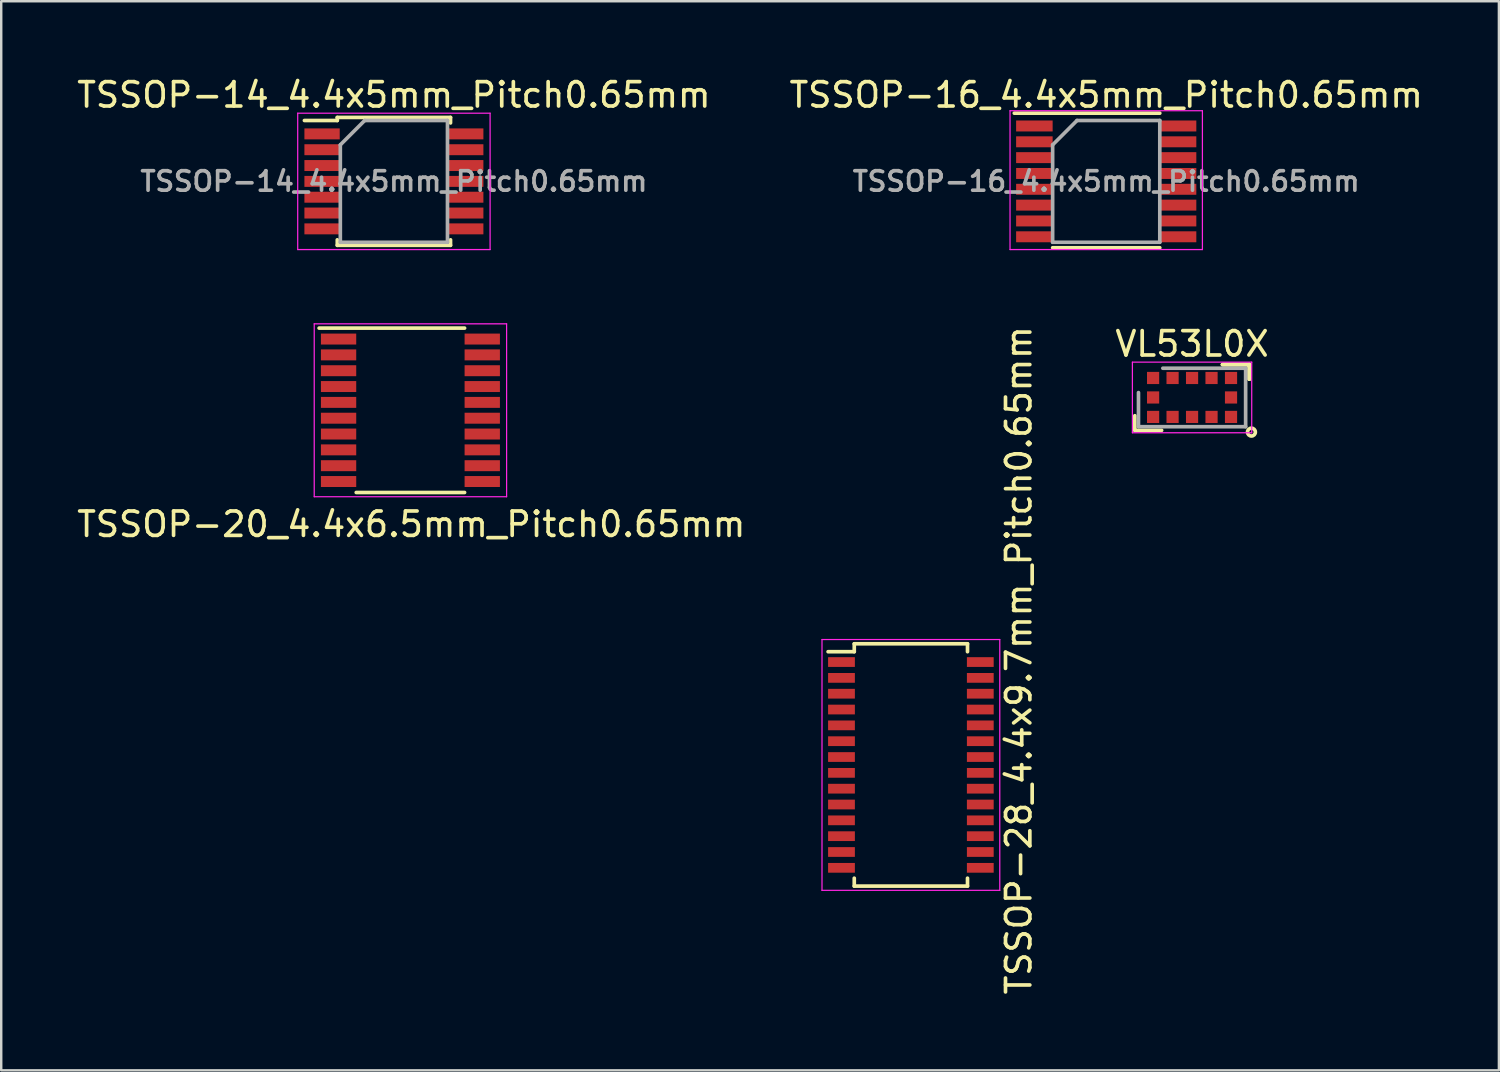
<source format=kicad_pcb>
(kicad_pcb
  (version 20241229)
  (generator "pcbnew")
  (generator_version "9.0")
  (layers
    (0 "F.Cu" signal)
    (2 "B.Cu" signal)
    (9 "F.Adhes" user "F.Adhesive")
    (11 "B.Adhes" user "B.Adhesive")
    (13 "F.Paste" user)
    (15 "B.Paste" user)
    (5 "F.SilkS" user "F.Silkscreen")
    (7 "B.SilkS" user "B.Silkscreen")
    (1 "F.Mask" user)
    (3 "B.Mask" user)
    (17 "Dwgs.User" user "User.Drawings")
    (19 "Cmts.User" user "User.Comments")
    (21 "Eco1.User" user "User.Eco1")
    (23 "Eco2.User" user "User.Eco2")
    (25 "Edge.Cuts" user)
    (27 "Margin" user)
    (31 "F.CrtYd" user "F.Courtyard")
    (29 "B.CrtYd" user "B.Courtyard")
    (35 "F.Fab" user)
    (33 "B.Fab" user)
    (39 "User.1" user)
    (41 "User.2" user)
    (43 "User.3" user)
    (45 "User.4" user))
  (footprint "TSSOP-28_4.4x9.7mm_Pitch0.65mm"
    (layer "F.Cu")
    (at 34.354 28.361)
    (property "Reference" "TSSOP-28_4.4x9.7mm_Pitch0.65mm" (at 4.43 -4.298 270) (layer "F.SilkS") (effects (font (size 1 1) (thickness 0.15))))
    (attr smd)
    (fp_line (start -2.325 -4.975) (end -2.325 -4.65) (stroke (width 0.15) (type solid)) (layer "F.SilkS"))
    (fp_line (start -2.325 -4.975) (end 2.325 -4.975) (stroke (width 0.15) (type solid)) (layer "F.SilkS"))
    (fp_line (start -2.325 -4.65) (end -3.4 -4.65) (stroke (width 0.15) (type solid)) (layer "F.SilkS"))
    (fp_line (start -2.325 4.975) (end -2.325 4.65) (stroke (width 0.15) (type solid)) (layer "F.SilkS"))
    (fp_line (start -2.325 4.975) (end 2.325 4.975) (stroke (width 0.15) (type solid)) (layer "F.SilkS"))
    (fp_line (start 2.325 -4.975) (end 2.325 -4.65) (stroke (width 0.15) (type solid)) (layer "F.SilkS"))
    (fp_line (start 2.325 4.975) (end 2.325 4.65) (stroke (width 0.15) (type solid)) (layer "F.SilkS"))
    (fp_line (start -3.65 -5.15) (end -3.65 5.15) (stroke (width 0.05) (type solid)) (layer "F.CrtYd"))
    (fp_line (start -3.65 -5.15) (end 3.65 -5.15) (stroke (width 0.05) (type solid)) (layer "F.CrtYd"))
    (fp_line (start -3.65 5.15) (end 3.65 5.15) (stroke (width 0.05) (type solid)) (layer "F.CrtYd"))
    (fp_line (start 3.65 -5.15) (end 3.65 5.15) (stroke (width 0.05) (type solid)) (layer "F.CrtYd"))
    (pad "1" smd rect (at -2.85 -4.225) (size 1.1 0.4) (layers "F.Cu" "F.Mask" "F.Paste"))
    (pad "2" smd rect (at -2.85 -3.575) (size 1.1 0.4) (layers "F.Cu" "F.Mask" "F.Paste"))
    (pad "3" smd rect (at -2.85 -2.925) (size 1.1 0.4) (layers "F.Cu" "F.Mask" "F.Paste"))
    (pad "4" smd rect (at -2.85 -2.275) (size 1.1 0.4) (layers "F.Cu" "F.Mask" "F.Paste"))
    (pad "5" smd rect (at -2.85 -1.625) (size 1.1 0.4) (layers "F.Cu" "F.Mask" "F.Paste"))
    (pad "6" smd rect (at -2.85 -0.975) (size 1.1 0.4) (layers "F.Cu" "F.Mask" "F.Paste"))
    (pad "7" smd rect (at -2.85 -0.325) (size 1.1 0.4) (layers "F.Cu" "F.Mask" "F.Paste"))
    (pad "8" smd rect (at -2.85 0.325) (size 1.1 0.4) (layers "F.Cu" "F.Mask" "F.Paste"))
    (pad "9" smd rect (at -2.85 0.975) (size 1.1 0.4) (layers "F.Cu" "F.Mask" "F.Paste"))
    (pad "10" smd rect (at -2.85 1.625) (size 1.1 0.4) (layers "F.Cu" "F.Mask" "F.Paste"))
    (pad "11" smd rect (at -2.85 2.275) (size 1.1 0.4) (layers "F.Cu" "F.Mask" "F.Paste"))
    (pad "12" smd rect (at -2.85 2.925) (size 1.1 0.4) (layers "F.Cu" "F.Mask" "F.Paste"))
    (pad "13" smd rect (at -2.85 3.575) (size 1.1 0.4) (layers "F.Cu" "F.Mask" "F.Paste"))
    (pad "14" smd rect (at -2.85 4.225) (size 1.1 0.4) (layers "F.Cu" "F.Mask" "F.Paste"))
    (pad "15" smd rect (at 2.85 4.225) (size 1.1 0.4) (layers "F.Cu" "F.Mask" "F.Paste"))
    (pad "16" smd rect (at 2.85 3.575) (size 1.1 0.4) (layers "F.Cu" "F.Mask" "F.Paste"))
    (pad "17" smd rect (at 2.85 2.925) (size 1.1 0.4) (layers "F.Cu" "F.Mask" "F.Paste"))
    (pad "18" smd rect (at 2.85 2.275) (size 1.1 0.4) (layers "F.Cu" "F.Mask" "F.Paste"))
    (pad "19" smd rect (at 2.85 1.625) (size 1.1 0.4) (layers "F.Cu" "F.Mask" "F.Paste"))
    (pad "20" smd rect (at 2.85 0.975) (size 1.1 0.4) (layers "F.Cu" "F.Mask" "F.Paste"))
    (pad "21" smd rect (at 2.85 0.325) (size 1.1 0.4) (layers "F.Cu" "F.Mask" "F.Paste"))
    (pad "22" smd rect (at 2.85 -0.325) (size 1.1 0.4) (layers "F.Cu" "F.Mask" "F.Paste"))
    (pad "23" smd rect (at 2.85 -0.975) (size 1.1 0.4) (layers "F.Cu" "F.Mask" "F.Paste"))
    (pad "24" smd rect (at 2.85 -1.625) (size 1.1 0.4) (layers "F.Cu" "F.Mask" "F.Paste"))
    (pad "25" smd rect (at 2.85 -2.275) (size 1.1 0.4) (layers "F.Cu" "F.Mask" "F.Paste"))
    (pad "26" smd rect (at 2.85 -2.925) (size 1.1 0.4) (layers "F.Cu" "F.Mask" "F.Paste"))
    (pad "27" smd rect (at 2.85 -3.575) (size 1.1 0.4) (layers "F.Cu" "F.Mask" "F.Paste"))
    (pad "28" smd rect (at 2.85 -4.225) (size 1.1 0.4) (layers "F.Cu" "F.Mask" "F.Paste")))
  (footprint "TSSOP-20_4.4x6.5mm_Pitch0.65mm"
    (layer "F.Cu")
    (at 13.803 13.798)
    (property "Reference" "TSSOP-20_4.4x6.5mm_Pitch0.65mm" (at 0.036 4.68 0) (layer "F.SilkS") (effects (font (size 1 1) (thickness 0.15))))
    (attr smd)
    (fp_line (start -3.75 -3.375) (end 2.225 -3.375) (stroke (width 0.15) (type solid)) (layer "F.SilkS"))
    (fp_line (start -2.225 3.375) (end 2.225 3.375) (stroke (width 0.15) (type solid)) (layer "F.SilkS"))
    (fp_line (start -3.95 -3.55) (end -3.95 3.55) (stroke (width 0.05) (type solid)) (layer "F.CrtYd"))
    (fp_line (start -3.95 -3.55) (end 3.95 -3.55) (stroke (width 0.05) (type solid)) (layer "F.CrtYd"))
    (fp_line (start -3.95 3.55) (end 3.95 3.55) (stroke (width 0.05) (type solid)) (layer "F.CrtYd"))
    (fp_line (start 3.95 -3.55) (end 3.95 3.55) (stroke (width 0.05) (type solid)) (layer "F.CrtYd"))
    (pad "1" smd rect (at -2.95 -2.925) (size 1.45 0.45) (layers "F.Cu" "F.Mask" "F.Paste"))
    (pad "2" smd rect (at -2.95 -2.275) (size 1.45 0.45) (layers "F.Cu" "F.Mask" "F.Paste"))
    (pad "3" smd rect (at -2.95 -1.625) (size 1.45 0.45) (layers "F.Cu" "F.Mask" "F.Paste"))
    (pad "4" smd rect (at -2.95 -0.975) (size 1.45 0.45) (layers "F.Cu" "F.Mask" "F.Paste"))
    (pad "5" smd rect (at -2.95 -0.325) (size 1.45 0.45) (layers "F.Cu" "F.Mask" "F.Paste"))
    (pad "6" smd rect (at -2.95 0.325) (size 1.45 0.45) (layers "F.Cu" "F.Mask" "F.Paste"))
    (pad "7" smd rect (at -2.95 0.975) (size 1.45 0.45) (layers "F.Cu" "F.Mask" "F.Paste"))
    (pad "8" smd rect (at -2.95 1.625) (size 1.45 0.45) (layers "F.Cu" "F.Mask" "F.Paste"))
    (pad "9" smd rect (at -2.95 2.275) (size 1.45 0.45) (layers "F.Cu" "F.Mask" "F.Paste"))
    (pad "10" smd rect (at -2.95 2.925) (size 1.45 0.45) (layers "F.Cu" "F.Mask" "F.Paste"))
    (pad "11" smd rect (at 2.95 2.925) (size 1.45 0.45) (layers "F.Cu" "F.Mask" "F.Paste"))
    (pad "12" smd rect (at 2.95 2.275) (size 1.45 0.45) (layers "F.Cu" "F.Mask" "F.Paste"))
    (pad "13" smd rect (at 2.95 1.625) (size 1.45 0.45) (layers "F.Cu" "F.Mask" "F.Paste"))
    (pad "14" smd rect (at 2.95 0.975) (size 1.45 0.45) (layers "F.Cu" "F.Mask" "F.Paste"))
    (pad "15" smd rect (at 2.95 0.325) (size 1.45 0.45) (layers "F.Cu" "F.Mask" "F.Paste"))
    (pad "16" smd rect (at 2.95 -0.325) (size 1.45 0.45) (layers "F.Cu" "F.Mask" "F.Paste"))
    (pad "17" smd rect (at 2.95 -0.975) (size 1.45 0.45) (layers "F.Cu" "F.Mask" "F.Paste"))
    (pad "18" smd rect (at 2.95 -1.625) (size 1.45 0.45) (layers "F.Cu" "F.Mask" "F.Paste"))
    (pad "19" smd rect (at 2.95 -2.275) (size 1.45 0.45) (layers "F.Cu" "F.Mask" "F.Paste"))
    (pad "20" smd rect (at 2.95 -2.925) (size 1.45 0.45) (layers "F.Cu" "F.Mask" "F.Paste")))
  (footprint "TSSOP-14_4.4x5mm_Pitch0.65mm"
    (layer "F.Cu")
    (at 13.125 4.398)
    (property "Reference" "TSSOP-14_4.4x5mm_Pitch0.65mm" (at 0 -3.55 0) (layer "F.SilkS") (effects (font (size 1 1) (thickness 0.15))))
    (attr smd)
    (fp_line (start -2.325 -2.625) (end -2.325 -2.5) (stroke (width 0.15) (type solid)) (layer "F.SilkS"))
    (fp_line (start -2.325 -2.625) (end 2.325 -2.625) (stroke (width 0.15) (type solid)) (layer "F.SilkS"))
    (fp_line (start -2.325 -2.5) (end -3.675 -2.5) (stroke (width 0.15) (type solid)) (layer "F.SilkS"))
    (fp_line (start -2.325 2.625) (end -2.325 2.4) (stroke (width 0.15) (type solid)) (layer "F.SilkS"))
    (fp_line (start -2.325 2.625) (end 2.325 2.625) (stroke (width 0.15) (type solid)) (layer "F.SilkS"))
    (fp_line (start 2.325 -2.625) (end 2.325 -2.4) (stroke (width 0.15) (type solid)) (layer "F.SilkS"))
    (fp_line (start 2.325 2.625) (end 2.325 2.4) (stroke (width 0.15) (type solid)) (layer "F.SilkS"))
    (fp_line (start -3.95 -2.8) (end -3.95 2.8) (stroke (width 0.05) (type solid)) (layer "F.CrtYd"))
    (fp_line (start -3.95 -2.8) (end 3.95 -2.8) (stroke (width 0.05) (type solid)) (layer "F.CrtYd"))
    (fp_line (start -3.95 2.8) (end 3.95 2.8) (stroke (width 0.05) (type solid)) (layer "F.CrtYd"))
    (fp_line (start 3.95 -2.8) (end 3.95 2.8) (stroke (width 0.05) (type solid)) (layer "F.CrtYd"))
    (fp_line (start -2.2 -1.5) (end -1.2 -2.5) (stroke (width 0.15) (type solid)) (layer "F.Fab"))
    (fp_line (start -2.2 2.5) (end -2.2 -1.5) (stroke (width 0.15) (type solid)) (layer "F.Fab"))
    (fp_line (start -1.2 -2.5) (end 2.2 -2.5) (stroke (width 0.15) (type solid)) (layer "F.Fab"))
    (fp_line (start 2.2 -2.5) (end 2.2 2.5) (stroke (width 0.15) (type solid)) (layer "F.Fab"))
    (fp_line (start 2.2 2.5) (end -2.2 2.5) (stroke (width 0.15) (type solid)) (layer "F.Fab"))
    (fp_text user "${REFERENCE}" (at 0 0 0) (layer "F.Fab") (effects (font (size 0.8 0.8) (thickness 0.15))))
    (pad "1" smd rect (at -2.95 -1.95) (size 1.45 0.45) (layers "F.Cu" "F.Mask" "F.Paste"))
    (pad "2" smd rect (at -2.95 -1.3) (size 1.45 0.45) (layers "F.Cu" "F.Mask" "F.Paste"))
    (pad "3" smd rect (at -2.95 -0.65) (size 1.45 0.45) (layers "F.Cu" "F.Mask" "F.Paste"))
    (pad "4" smd rect (at -2.95 0) (size 1.45 0.45) (layers "F.Cu" "F.Mask" "F.Paste"))
    (pad "5" smd rect (at -2.95 0.65) (size 1.45 0.45) (layers "F.Cu" "F.Mask" "F.Paste"))
    (pad "6" smd rect (at -2.95 1.3) (size 1.45 0.45) (layers "F.Cu" "F.Mask" "F.Paste"))
    (pad "7" smd rect (at -2.95 1.95) (size 1.45 0.45) (layers "F.Cu" "F.Mask" "F.Paste"))
    (pad "8" smd rect (at 2.95 1.95) (size 1.45 0.45) (layers "F.Cu" "F.Mask" "F.Paste"))
    (pad "9" smd rect (at 2.95 1.3) (size 1.45 0.45) (layers "F.Cu" "F.Mask" "F.Paste"))
    (pad "10" smd rect (at 2.95 0.65) (size 1.45 0.45) (layers "F.Cu" "F.Mask" "F.Paste"))
    (pad "11" smd rect (at 2.95 0) (size 1.45 0.45) (layers "F.Cu" "F.Mask" "F.Paste"))
    (pad "12" smd rect (at 2.95 -0.65) (size 1.45 0.45) (layers "F.Cu" "F.Mask" "F.Paste"))
    (pad "13" smd rect (at 2.95 -1.3) (size 1.45 0.45) (layers "F.Cu" "F.Mask" "F.Paste"))
    (pad "14" smd rect (at 2.95 -1.95) (size 1.45 0.45) (layers "F.Cu" "F.Mask" "F.Paste")))
  (footprint "VL53L0X"
    (layer "F.Cu")
    (at 45.9 13.271)
    (property "Reference" "VL53L0X" (at 0 -2.2 0) (layer "F.SilkS") (effects (font (size 1 1) (thickness 0.15))))
    (attr smd)
    (fp_line (start -2.35 1.35) (end -2.35 0.75) (stroke (width 0.15) (type solid)) (layer "F.SilkS"))
    (fp_line (start -1.25 1.35) (end -2.35 1.35) (stroke (width 0.15) (type solid)) (layer "F.SilkS"))
    (fp_line (start 1.25 -1.35) (end 2.35 -1.35) (stroke (width 0.15) (type solid)) (layer "F.SilkS"))
    (fp_line (start 1.25 -1.35) (end 2.35 -1.35) (stroke (width 0.15) (type solid)) (layer "F.SilkS"))
    (fp_line (start 1.25 -1.35) (end 2.35 -1.35) (stroke (width 0.15) (type solid)) (layer "F.SilkS"))
    (fp_line (start 2.35 -1.35) (end 2.35 -0.75) (stroke (width 0.15) (type solid)) (layer "F.SilkS"))
    (fp_line (start 2.35 -1.35) (end 2.35 -0.75) (stroke (width 0.15) (type solid)) (layer "F.SilkS"))
    (fp_line (start 2.35 -1.35) (end 2.35 -0.75) (stroke (width 0.15) (type solid)) (layer "F.SilkS"))
    (fp_circle (center 2.438 1.422) (end 2.591 1.473) (stroke (width 0.15) (type solid)) (fill no) (layer "F.SilkS"))
    (fp_line (start -2.45 -1.45) (end 2.45 -1.45) (stroke (width 0.05) (type solid)) (layer "F.CrtYd"))
    (fp_line (start -2.45 1.45) (end -2.45 -1.45) (stroke (width 0.05) (type solid)) (layer "F.CrtYd"))
    (fp_line (start 2.45 -1.45) (end 2.45 1.45) (stroke (width 0.05) (type solid)) (layer "F.CrtYd"))
    (fp_line (start 2.45 1.45) (end -2.45 1.45) (stroke (width 0.05) (type solid)) (layer "F.CrtYd"))
    (fp_line (start -2.2 -0.2) (end -2.2 1.2) (stroke (width 0.15) (type solid)) (layer "F.Fab"))
    (fp_line (start -2.2 1.2) (end 2.2 1.2) (stroke (width 0.15) (type solid)) (layer "F.Fab"))
    (fp_line (start 2.2 -1.2) (end -1.2 -1.2) (stroke (width 0.15) (type solid)) (layer "F.Fab"))
    (fp_line (start 2.2 1.2) (end 2.2 -1.2) (stroke (width 0.15) (type solid)) (layer "F.Fab"))
    (pad "1" smd rect (at 1.6 0.8) (size 0.5 0.5) (layers "F.Cu" "F.Mask" "F.Paste"))
    (pad "2" smd rect (at 0.8 0.8) (size 0.5 0.5) (layers "F.Cu" "F.Mask" "F.Paste"))
    (pad "3" smd rect (at 0 0.8) (size 0.5 0.5) (layers "F.Cu" "F.Mask" "F.Paste"))
    (pad "4" smd rect (at -0.8 0.8) (size 0.5 0.5) (layers "F.Cu" "F.Mask" "F.Paste"))
    (pad "5" smd rect (at -1.6 0.8) (size 0.5 0.5) (layers "F.Cu" "F.Mask" "F.Paste"))
    (pad "6" smd rect (at -1.6 0) (size 0.5 0.5) (layers "F.Cu" "F.Mask" "F.Paste"))
    (pad "7" smd rect (at -1.6 -0.8) (size 0.5 0.5) (layers "F.Cu" "F.Mask" "F.Paste"))
    (pad "8" smd rect (at -0.8 -0.8) (size 0.5 0.5) (layers "F.Cu" "F.Mask" "F.Paste"))
    (pad "9" smd rect (at 0 -0.8) (size 0.5 0.5) (layers "F.Cu" "F.Mask" "F.Paste"))
    (pad "10" smd rect (at 0.8 -0.8) (size 0.5 0.5) (layers "F.Cu" "F.Mask" "F.Paste"))
    (pad "11" smd rect (at 1.6 -0.8) (size 0.5 0.5) (layers "F.Cu" "F.Mask" "F.Paste"))
    (pad "12" smd rect (at 1.6 0) (size 0.5 0.5) (layers "F.Cu" "F.Mask" "F.Paste")))
  (footprint "TSSOP-16_4.4x5mm_Pitch0.65mm"
    (layer "F.Cu")
    (at 42.375 4.398)
    (property "Reference" "TSSOP-16_4.4x5mm_Pitch0.65mm" (at 0 -3.55 0) (layer "F.SilkS") (effects (font (size 1 1) (thickness 0.15))))
    (attr smd)
    (fp_line (start -3.775 -2.8) (end 2.2 -2.8) (stroke (width 0.15) (type solid)) (layer "F.SilkS"))
    (fp_line (start -2.2 2.725) (end 2.2 2.725) (stroke (width 0.15) (type solid)) (layer "F.SilkS"))
    (fp_line (start -3.95 -2.9) (end -3.95 2.8) (stroke (width 0.05) (type solid)) (layer "F.CrtYd"))
    (fp_line (start -3.95 -2.9) (end 3.95 -2.9) (stroke (width 0.05) (type solid)) (layer "F.CrtYd"))
    (fp_line (start -3.95 2.8) (end 3.95 2.8) (stroke (width 0.05) (type solid)) (layer "F.CrtYd"))
    (fp_line (start 3.95 -2.9) (end 3.95 2.8) (stroke (width 0.05) (type solid)) (layer "F.CrtYd"))
    (fp_line (start -2.2 -1.5) (end -1.2 -2.5) (stroke (width 0.15) (type solid)) (layer "F.Fab"))
    (fp_line (start -2.2 2.5) (end -2.2 -1.5) (stroke (width 0.15) (type solid)) (layer "F.Fab"))
    (fp_line (start -1.2 -2.5) (end 2.2 -2.5) (stroke (width 0.15) (type solid)) (layer "F.Fab"))
    (fp_line (start 2.2 -2.5) (end 2.2 2.5) (stroke (width 0.15) (type solid)) (layer "F.Fab"))
    (fp_line (start 2.2 2.5) (end -2.2 2.5) (stroke (width 0.15) (type solid)) (layer "F.Fab"))
    (fp_text user "${REFERENCE}" (at 0 0 0) (layer "F.Fab") (effects (font (size 0.8 0.8) (thickness 0.15))))
    (pad "1" smd rect (at -2.95 -2.275) (size 1.5 0.45) (layers "F.Cu" "F.Mask" "F.Paste"))
    (pad "2" smd rect (at -2.95 -1.625) (size 1.5 0.45) (layers "F.Cu" "F.Mask" "F.Paste"))
    (pad "3" smd rect (at -2.95 -0.975) (size 1.5 0.45) (layers "F.Cu" "F.Mask" "F.Paste"))
    (pad "4" smd rect (at -2.95 -0.325) (size 1.5 0.45) (layers "F.Cu" "F.Mask" "F.Paste"))
    (pad "5" smd rect (at -2.95 0.325) (size 1.5 0.45) (layers "F.Cu" "F.Mask" "F.Paste"))
    (pad "6" smd rect (at -2.95 0.975) (size 1.5 0.45) (layers "F.Cu" "F.Mask" "F.Paste"))
    (pad "7" smd rect (at -2.95 1.625) (size 1.5 0.45) (layers "F.Cu" "F.Mask" "F.Paste"))
    (pad "8" smd rect (at -2.95 2.275) (size 1.5 0.45) (layers "F.Cu" "F.Mask" "F.Paste"))
    (pad "9" smd rect (at 2.95 2.275) (size 1.5 0.45) (layers "F.Cu" "F.Mask" "F.Paste"))
    (pad "10" smd rect (at 2.95 1.625) (size 1.5 0.45) (layers "F.Cu" "F.Mask" "F.Paste"))
    (pad "11" smd rect (at 2.95 0.975) (size 1.5 0.45) (layers "F.Cu" "F.Mask" "F.Paste"))
    (pad "12" smd rect (at 2.95 0.325) (size 1.5 0.45) (layers "F.Cu" "F.Mask" "F.Paste"))
    (pad "13" smd rect (at 2.95 -0.325) (size 1.5 0.45) (layers "F.Cu" "F.Mask" "F.Paste"))
    (pad "14" smd rect (at 2.95 -0.975) (size 1.5 0.45) (layers "F.Cu" "F.Mask" "F.Paste"))
    (pad "15" smd rect (at 2.95 -1.625) (size 1.5 0.45) (layers "F.Cu" "F.Mask" "F.Paste"))
    (pad "16" smd rect (at 2.95 -2.275) (size 1.5 0.45) (layers "F.Cu" "F.Mask" "F.Paste")))
  (gr_rect
    (start -3 -3)
    (end 58.5 40.902)
    (stroke (width 0.1) (type default))
    (fill no)
    (layer "Edge.Cuts")))
</source>
